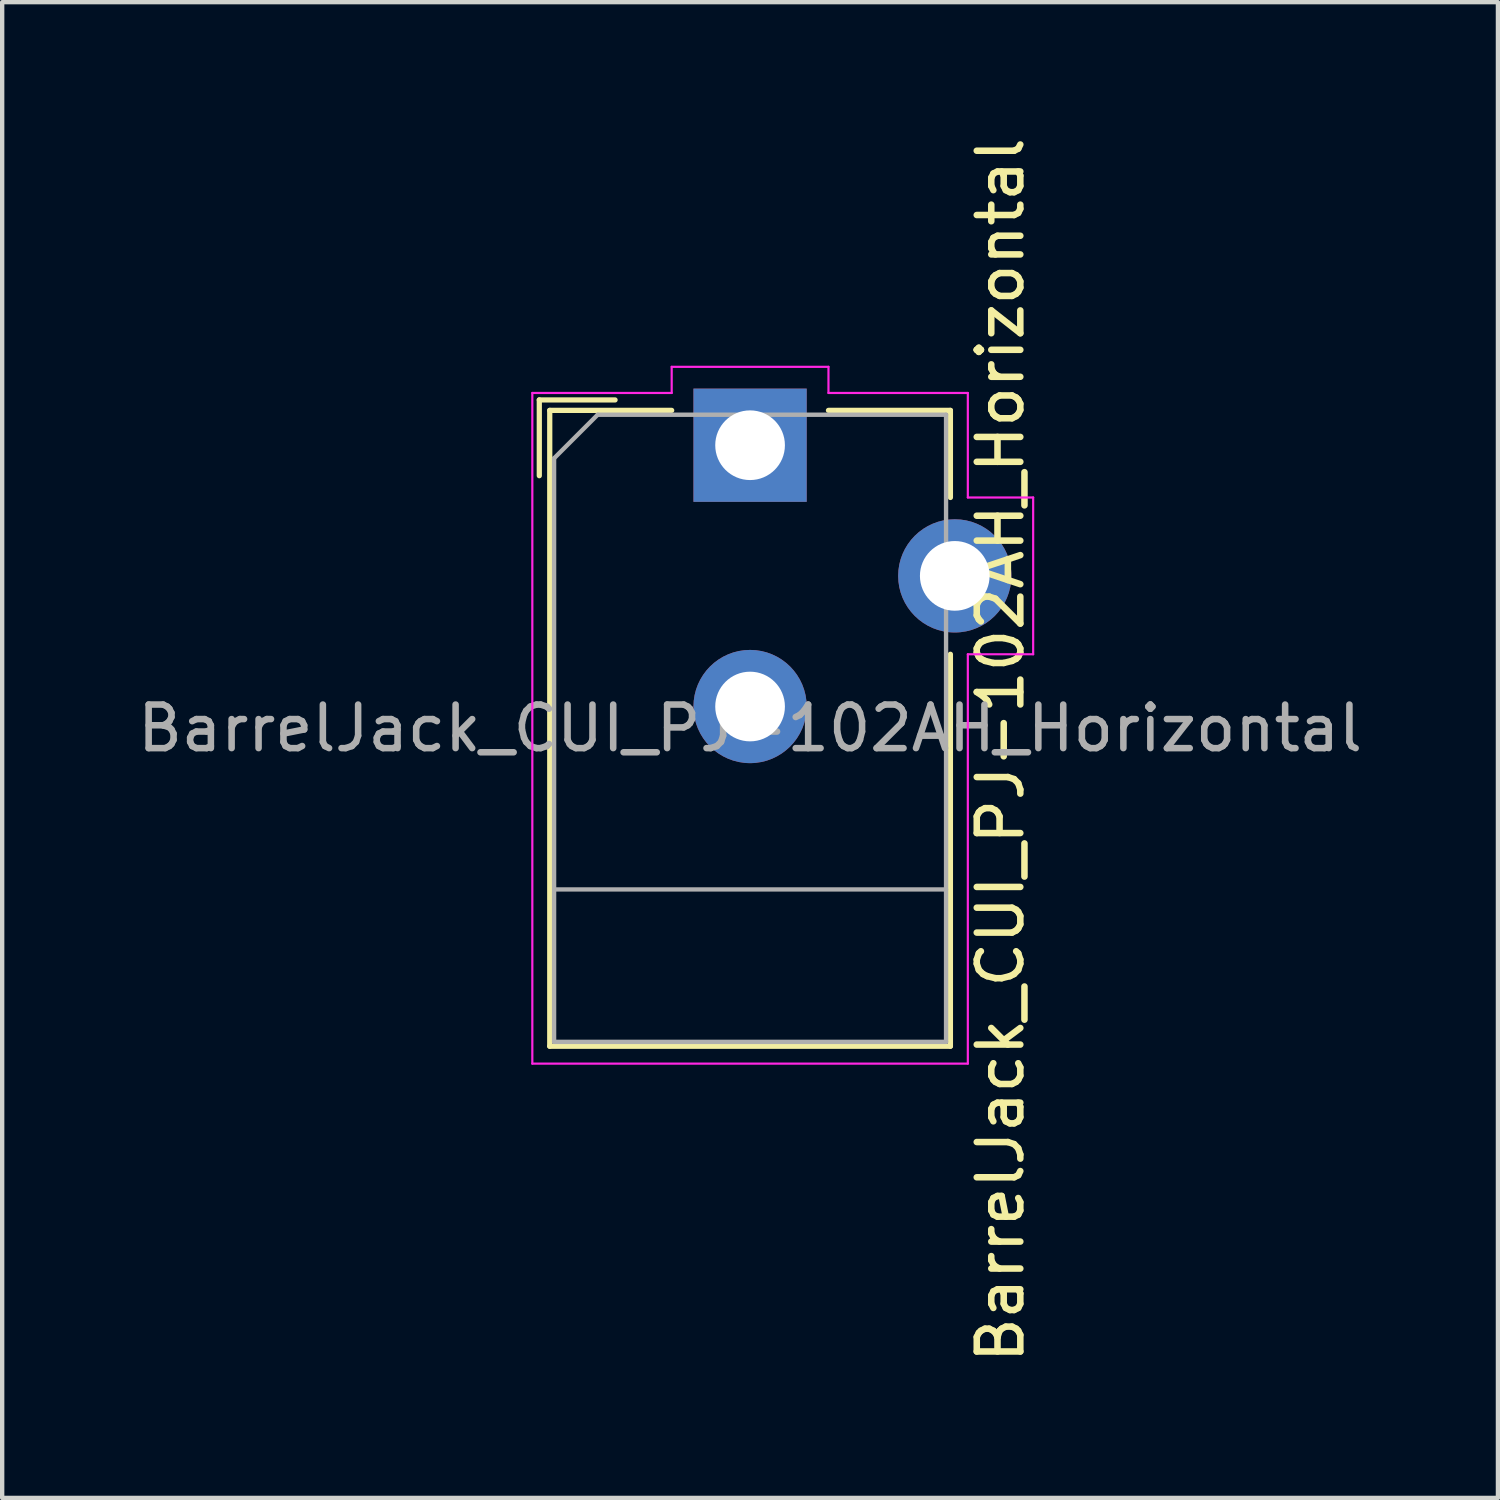
<source format=kicad_pcb>
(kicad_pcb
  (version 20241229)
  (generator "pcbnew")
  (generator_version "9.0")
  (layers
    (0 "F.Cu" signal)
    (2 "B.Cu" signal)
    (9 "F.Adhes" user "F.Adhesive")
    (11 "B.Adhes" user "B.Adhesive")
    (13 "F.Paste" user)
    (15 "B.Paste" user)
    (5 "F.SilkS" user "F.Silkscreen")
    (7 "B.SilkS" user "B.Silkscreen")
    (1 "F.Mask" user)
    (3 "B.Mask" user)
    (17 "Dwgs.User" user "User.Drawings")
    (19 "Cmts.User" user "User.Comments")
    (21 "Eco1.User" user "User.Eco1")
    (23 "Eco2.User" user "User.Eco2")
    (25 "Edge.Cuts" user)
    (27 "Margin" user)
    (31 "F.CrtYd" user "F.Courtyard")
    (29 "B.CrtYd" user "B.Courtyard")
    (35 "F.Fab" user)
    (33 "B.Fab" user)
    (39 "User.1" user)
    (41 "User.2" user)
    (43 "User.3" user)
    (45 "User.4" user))
  (footprint "BarrelJack_CUI_PJ-102AH_Horizontal"
    (layer "F.Cu")
    (at 14.173 7.173)
    (property "Reference" "BarrelJack_CUI_PJ-102AH_Horizontal" (at 5.75 7 90) (layer "F.SilkS") (effects (font (size 1 1) (thickness 0.15))))
    (attr through_hole)
    (fp_line (start -4.84 -1.04) (end -3.1 -1.04) (stroke (width 0.12) (type solid)) (layer "F.SilkS"))
    (fp_line (start -4.84 0.7) (end -4.84 -1.04) (stroke (width 0.12) (type solid)) (layer "F.SilkS"))
    (fp_line (start -4.6 -0.8) (end -1.8 -0.8) (stroke (width 0.12) (type solid)) (layer "F.SilkS"))
    (fp_line (start -4.6 13.8) (end -4.6 -0.8) (stroke (width 0.12) (type solid)) (layer "F.SilkS"))
    (fp_line (start 1.8 -0.8) (end 4.6 -0.8) (stroke (width 0.12) (type solid)) (layer "F.SilkS"))
    (fp_line (start 4.6 -0.8) (end 4.6 1.2) (stroke (width 0.12) (type solid)) (layer "F.SilkS"))
    (fp_line (start 4.6 4.8) (end 4.6 13.8) (stroke (width 0.12) (type solid)) (layer "F.SilkS"))
    (fp_line (start 4.6 13.8) (end -4.6 13.8) (stroke (width 0.12) (type solid)) (layer "F.SilkS"))
    (fp_line (start -5 -1.2) (end -1.8 -1.2) (stroke (width 0.05) (type solid)) (layer "F.CrtYd"))
    (fp_line (start -5 14.2) (end -5 -1.2) (stroke (width 0.05) (type solid)) (layer "F.CrtYd"))
    (fp_line (start -1.8 -1.8) (end 1.8 -1.8) (stroke (width 0.05) (type solid)) (layer "F.CrtYd"))
    (fp_line (start -1.8 -1.2) (end -1.8 -1.8) (stroke (width 0.05) (type solid)) (layer "F.CrtYd"))
    (fp_line (start 1.8 -1.8) (end 1.8 -1.2) (stroke (width 0.05) (type solid)) (layer "F.CrtYd"))
    (fp_line (start 1.8 -1.2) (end 5 -1.2) (stroke (width 0.05) (type solid)) (layer "F.CrtYd"))
    (fp_line (start 5 -1.2) (end 5 1.2) (stroke (width 0.05) (type solid)) (layer "F.CrtYd"))
    (fp_line (start 5 1.2) (end 6.5 1.2) (stroke (width 0.05) (type solid)) (layer "F.CrtYd"))
    (fp_line (start 5 4.8) (end 5 14.2) (stroke (width 0.05) (type solid)) (layer "F.CrtYd"))
    (fp_line (start 5 14.2) (end -5 14.2) (stroke (width 0.05) (type solid)) (layer "F.CrtYd"))
    (fp_line (start 6.5 1.2) (end 6.5 4.8) (stroke (width 0.05) (type solid)) (layer "F.CrtYd"))
    (fp_line (start 6.5 4.8) (end 5 4.8) (stroke (width 0.05) (type solid)) (layer "F.CrtYd"))
    (fp_line (start -4.5 0.3) (end -3.5 -0.7) (stroke (width 0.1) (type solid)) (layer "F.Fab"))
    (fp_line (start -4.5 10.2) (end 4.5 10.2) (stroke (width 0.1) (type solid)) (layer "F.Fab"))
    (fp_line (start -4.5 13.7) (end -4.5 0.3) (stroke (width 0.1) (type solid)) (layer "F.Fab"))
    (fp_line (start -3.5 -0.7) (end 4.5 -0.7) (stroke (width 0.1) (type solid)) (layer "F.Fab"))
    (fp_line (start 4.5 -0.7) (end 4.5 13.7) (stroke (width 0.1) (type solid)) (layer "F.Fab"))
    (fp_line (start 4.5 13.7) (end -4.5 13.7) (stroke (width 0.1) (type solid)) (layer "F.Fab"))
    (fp_text user "${REFERENCE}" (at 0 6.5 0) (layer "F.Fab") (effects (font (size 1 1) (thickness 0.15))))
    (pad "1" thru_hole rect (at 0 0) (size 2.6 2.6) (drill 1.6) (layers "*.Cu" "*.Mask"))
    (pad "2" thru_hole circle (at 0 6) (size 2.6 2.6) (drill 1.6) (layers "*.Cu" "*.Mask"))
    (pad "3" thru_hole circle (at 4.7 3) (size 2.6 2.6) (drill 1.6) (layers "*.Cu" "*.Mask")))
  (gr_rect
    (start -3 -3)
    (end 31.345 31.345)
    (stroke (width 0.1) (type default))
    (fill no)
    (layer "Edge.Cuts")))
</source>
